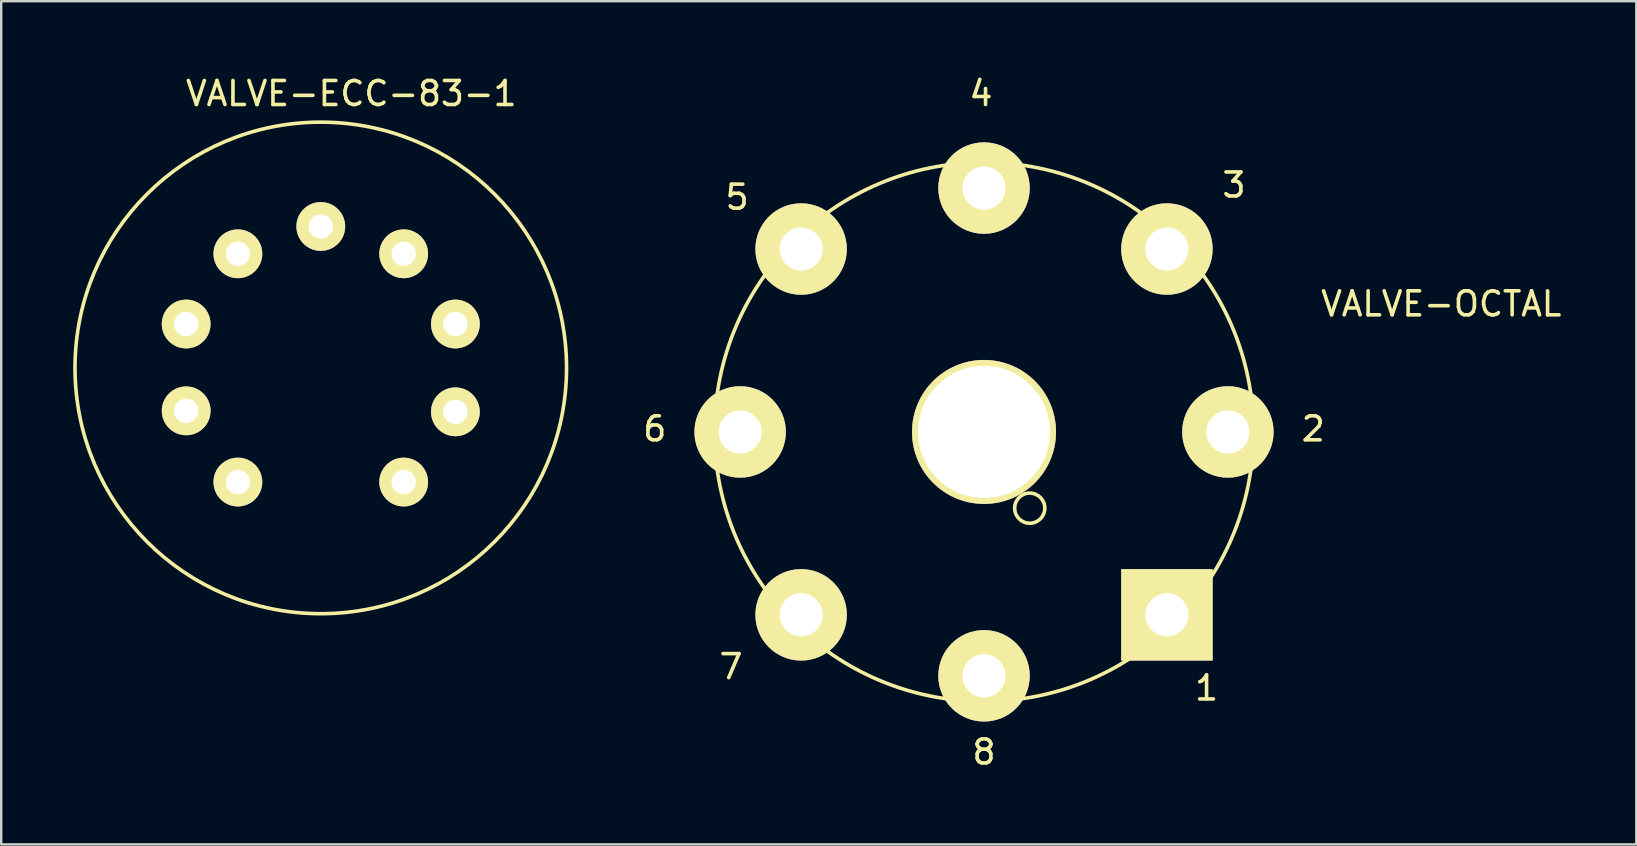
<source format=kicad_pcb>
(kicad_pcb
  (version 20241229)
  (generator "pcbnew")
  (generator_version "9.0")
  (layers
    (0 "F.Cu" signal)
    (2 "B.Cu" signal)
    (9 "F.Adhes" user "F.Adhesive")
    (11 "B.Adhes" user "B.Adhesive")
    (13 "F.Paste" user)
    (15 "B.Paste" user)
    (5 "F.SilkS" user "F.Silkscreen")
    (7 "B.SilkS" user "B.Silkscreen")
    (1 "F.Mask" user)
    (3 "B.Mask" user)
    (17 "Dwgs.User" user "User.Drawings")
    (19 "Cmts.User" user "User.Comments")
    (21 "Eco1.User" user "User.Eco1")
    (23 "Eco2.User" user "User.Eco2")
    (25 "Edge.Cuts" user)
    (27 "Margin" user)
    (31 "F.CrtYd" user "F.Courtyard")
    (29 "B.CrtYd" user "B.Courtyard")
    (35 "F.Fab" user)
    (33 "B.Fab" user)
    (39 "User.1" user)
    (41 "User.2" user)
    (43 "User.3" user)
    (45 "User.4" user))
  (footprint "VALVE-ECC-83-1"
    (layer "F.Cu")
    (at 10.314 12.278)
    (property "Reference" "VALVE-ECC-83-1" (at 1.27 -11.43 0) (layer "F.SilkS") (effects (font (size 1 1) (thickness 0.15))))
    (attr through_hole)
    (fp_circle (center 0 0) (end 10.16 1.27) (stroke (width 0.15) (type solid)) (fill no) (layer "F.SilkS"))
    (pad "1" thru_hole circle (at 3.454 4.755) (size 2.032 2.032) (drill 1.016) (layers "*.Cu" "*.Mask" "F.SilkS"))
    (pad "2" thru_hole circle (at 5.608 1.829) (size 2.032 2.032) (drill 1.016) (layers "*.Cu" "*.Mask" "F.SilkS"))
    (pad "3" thru_hole circle (at 5.608 -1.829) (size 2.032 2.032) (drill 1.016) (layers "*.Cu" "*.Mask" "F.SilkS"))
    (pad "4" thru_hole circle (at 3.454 -4.755) (size 2.032 2.032) (drill 1.016) (layers "*.Cu" "*.Mask" "F.SilkS"))
    (pad "5" thru_hole circle (at 0 -5.893) (size 2.032 2.032) (drill 1.016) (layers "*.Cu" "*.Mask" "F.SilkS"))
    (pad "6" thru_hole circle (at -3.454 -4.755) (size 2.032 2.032) (drill 1.016) (layers "*.Cu" "*.Mask" "F.SilkS"))
    (pad "7" thru_hole circle (at -5.608 -1.829) (size 2.032 2.032) (drill 1.016) (layers "*.Cu" "*.Mask" "F.SilkS"))
    (pad "8" thru_hole circle (at -5.608 1.788) (size 2.032 2.032) (drill 1.016) (layers "*.Cu" "*.Mask" "F.SilkS"))
    (pad "9" thru_hole circle (at -3.454 4.755) (size 2.032 2.032) (drill 1.016) (layers "*.Cu" "*.Mask" "F.SilkS")))
  (footprint "VALVE-OCTAL"
    (layer "F.Cu")
    (at 37.945 14.945)
    (property "Reference" "VALVE-OCTAL" (at 19.05 -5.334 0) (layer "F.SilkS") (effects (font (size 1 1) (thickness 0.15))))
    (attr exclude_from_pos_files exclude_from_bom)
    (fp_circle (center 0 0) (end -7.938 7.938) (stroke (width 0.15) (type solid)) (fill no) (layer "F.SilkS"))
    (fp_circle (center 1.905 3.175) (end 2.349 3.619) (stroke (width 0.15) (type solid)) (fill no) (layer "F.SilkS"))
    (fp_text user "6" (at -13.716 -0.127 0) (layer "F.SilkS") (effects (font (size 1 1) (thickness 0.15))))
    (fp_text user "2" (at 13.716 -0.127 0) (layer "F.SilkS") (effects (font (size 1 1) (thickness 0.15))))
    (fp_text user "8" (at 0 13.335 0) (layer "F.SilkS") (effects (font (size 1 1) (thickness 0.15))))
    (fp_text user "4" (at -0.127 -14.097 0) (layer "F.SilkS") (effects (font (size 1 1) (thickness 0.15))))
    (fp_text user "7" (at -10.541 9.779 0) (layer "F.SilkS") (effects (font (size 1 1) (thickness 0.15))))
    (fp_text user "3" (at 10.414 -10.287 0) (layer "F.SilkS") (effects (font (size 1 1) (thickness 0.15))))
    (fp_text user "1" (at 9.271 10.668 0) (layer "F.SilkS") (effects (font (size 1 1) (thickness 0.15))))
    (fp_text user "5" (at -10.287 -9.779 0) (layer "F.SilkS") (effects (font (size 1 1) (thickness 0.15))))
    (pad "" thru_hole circle (at 0 0) (size 5.999 5.999) (drill 5.499) (layers "*.Cu" "F.Mask" "F.SilkS" "F.Paste"))
    (pad "1" thru_hole rect (at 7.62 7.62) (size 3.81 3.81) (drill 1.798) (layers "*.Cu" "F.Mask" "F.SilkS" "F.Paste"))
    (pad "2" thru_hole circle (at 10.16 0) (size 3.81 3.81) (drill 1.798) (layers "*.Cu" "F.Mask" "F.SilkS" "F.Paste"))
    (pad "3" thru_hole circle (at 7.62 -7.62) (size 3.81 3.81) (drill 1.798) (layers "*.Cu" "F.Mask" "F.SilkS" "F.Paste"))
    (pad "4" thru_hole circle (at 0 -10.16) (size 3.81 3.81) (drill 1.798) (layers "*.Cu" "F.Mask" "F.SilkS" "F.Paste"))
    (pad "5" thru_hole circle (at -7.62 -7.62) (size 3.81 3.81) (drill 1.798) (layers "*.Cu" "F.Mask" "F.SilkS" "F.Paste"))
    (pad "6" thru_hole circle (at -10.16 0) (size 3.81 3.81) (drill 1.798) (layers "*.Cu" "F.Mask" "F.SilkS" "F.Paste"))
    (pad "7" thru_hole circle (at -7.62 7.62) (size 3.81 3.81) (drill 1.798) (layers "*.Cu" "F.Mask" "F.SilkS" "F.Paste"))
    (pad "8" thru_hole circle (at 0 10.16) (size 3.81 3.81) (drill 1.798) (layers "*.Cu" "F.Mask" "F.SilkS" "F.Paste")))
  (gr_rect
    (start -3 -3)
    (end 65.12 32.129)
    (stroke (width 0.1) (type default))
    (fill no)
    (layer "Edge.Cuts")))
</source>
